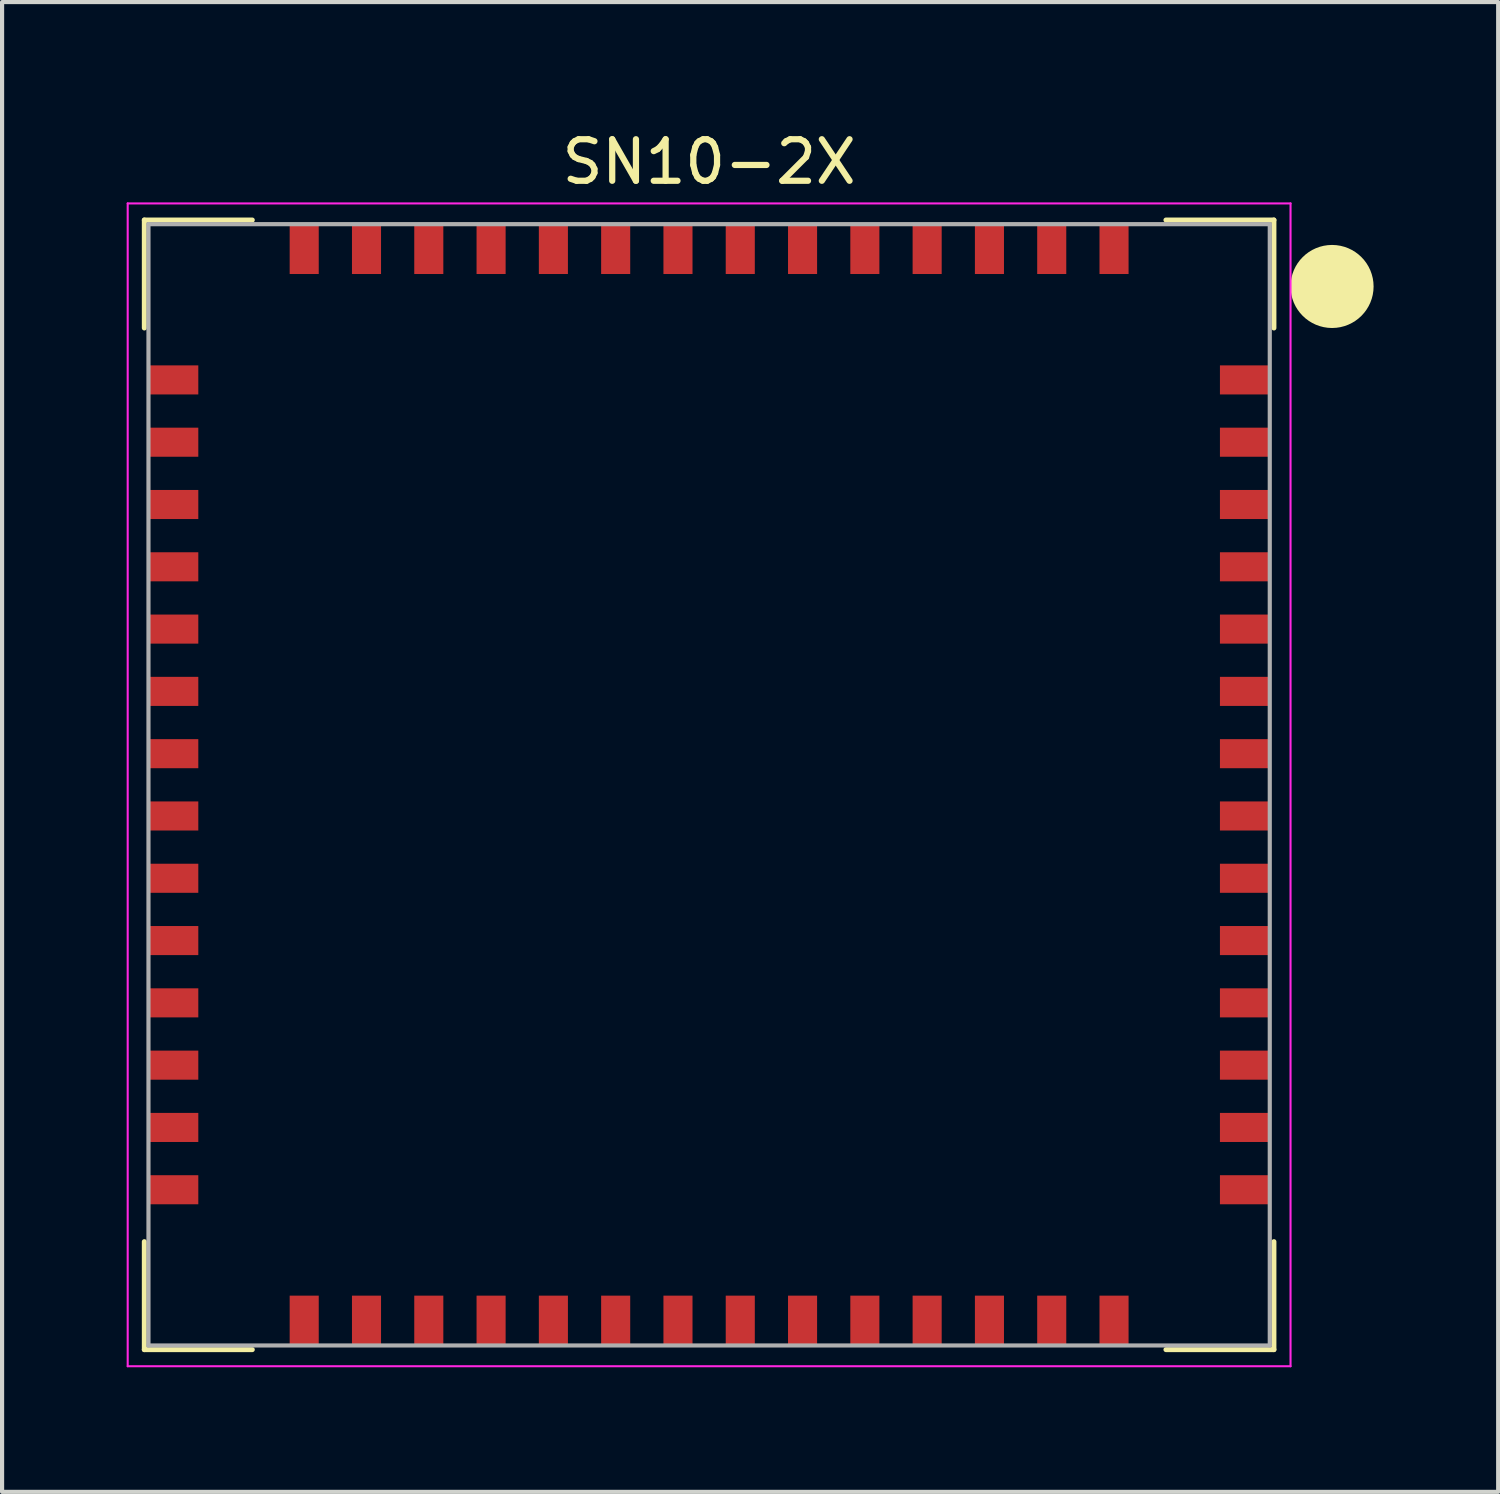
<source format=kicad_pcb>
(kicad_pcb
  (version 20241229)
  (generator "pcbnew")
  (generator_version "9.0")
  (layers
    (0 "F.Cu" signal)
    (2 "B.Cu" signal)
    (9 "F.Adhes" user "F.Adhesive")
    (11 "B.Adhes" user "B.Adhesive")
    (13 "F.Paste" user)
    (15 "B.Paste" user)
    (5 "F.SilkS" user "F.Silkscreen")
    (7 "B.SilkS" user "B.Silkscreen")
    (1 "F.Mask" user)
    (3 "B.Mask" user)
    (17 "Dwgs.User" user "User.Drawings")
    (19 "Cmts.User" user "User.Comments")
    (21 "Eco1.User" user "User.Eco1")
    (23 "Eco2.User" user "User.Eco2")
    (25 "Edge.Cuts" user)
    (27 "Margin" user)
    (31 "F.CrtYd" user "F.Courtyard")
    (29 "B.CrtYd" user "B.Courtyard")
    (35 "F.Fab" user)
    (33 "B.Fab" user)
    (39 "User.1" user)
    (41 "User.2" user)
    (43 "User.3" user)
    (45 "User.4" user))
  (footprint "SN10-2X"
    (layer "F.Cu")
    (at 14.025 15.848)
    (property "Reference" "SN10-2X" (at 0 -15 0) (layer "F.SilkS") (effects (font (size 1 1) (thickness 0.15))))
    (attr smd)
    (fp_line (start -13.6 -13.6) (end -13.6 -11) (stroke (width 0.12) (type solid)) (layer "F.SilkS"))
    (fp_line (start -13.6 -13.6) (end -11 -13.6) (stroke (width 0.12) (type solid)) (layer "F.SilkS"))
    (fp_line (start -13.6 11) (end -13.6 13.6) (stroke (width 0.12) (type solid)) (layer "F.SilkS"))
    (fp_line (start -13.6 13.6) (end -11 13.6) (stroke (width 0.12) (type solid)) (layer "F.SilkS"))
    (fp_line (start 11 -13.6) (end 13.6 -13.6) (stroke (width 0.12) (type solid)) (layer "F.SilkS"))
    (fp_line (start 11 13.6) (end 13.6 13.6) (stroke (width 0.12) (type solid)) (layer "F.SilkS"))
    (fp_line (start 13.6 -13.6) (end 13.6 -11) (stroke (width 0.12) (type solid)) (layer "F.SilkS"))
    (fp_line (start 13.6 11) (end 13.6 13.6) (stroke (width 0.12) (type solid)) (layer "F.SilkS"))
    (fp_circle (center 15 -12) (end 15.5 -12) (stroke (width 1) (type solid)) (fill no) (layer "F.SilkS"))
    (fp_line (start -14 -14) (end -14 14) (stroke (width 0.05) (type solid)) (layer "F.CrtYd"))
    (fp_line (start -14 -14) (end 14 -14) (stroke (width 0.05) (type solid)) (layer "F.CrtYd"))
    (fp_line (start -14 14) (end 14 14) (stroke (width 0.05) (type solid)) (layer "F.CrtYd"))
    (fp_line (start 14 -14) (end 14 14) (stroke (width 0.05) (type solid)) (layer "F.CrtYd"))
    (fp_line (start -13.5 -13.5) (end -13.5 13.5) (stroke (width 0.1) (type solid)) (layer "F.Fab"))
    (fp_line (start -13.5 -13.5) (end 13.5 -13.5) (stroke (width 0.1) (type solid)) (layer "F.Fab"))
    (fp_line (start -13.5 13.5) (end 13.5 13.5) (stroke (width 0.1) (type solid)) (layer "F.Fab"))
    (fp_line (start 13.5 -13.5) (end 13.5 13.5) (stroke (width 0.1) (type solid)) (layer "F.Fab"))
    (pad "1" smd rect (at 12.9 -9.75) (size 1.2 0.7) (layers "F.Cu" "F.Mask" "F.Paste"))
    (pad "2" smd rect (at 12.9 -8.25) (size 1.2 0.7) (layers "F.Cu" "F.Mask" "F.Paste"))
    (pad "3" smd rect (at 12.9 -6.75) (size 1.2 0.7) (layers "F.Cu" "F.Mask" "F.Paste"))
    (pad "4" smd rect (at 12.9 -5.25) (size 1.2 0.7) (layers "F.Cu" "F.Mask" "F.Paste"))
    (pad "5" smd rect (at 12.9 -3.75) (size 1.2 0.7) (layers "F.Cu" "F.Mask" "F.Paste"))
    (pad "6" smd rect (at 12.9 -2.25) (size 1.2 0.7) (layers "F.Cu" "F.Mask" "F.Paste"))
    (pad "7" smd rect (at 12.9 -0.75) (size 1.2 0.7) (layers "F.Cu" "F.Mask" "F.Paste"))
    (pad "8" smd rect (at 12.9 0.75) (size 1.2 0.7) (layers "F.Cu" "F.Mask" "F.Paste"))
    (pad "9" smd rect (at 12.9 2.25) (size 1.2 0.7) (layers "F.Cu" "F.Mask" "F.Paste"))
    (pad "10" smd rect (at 12.9 3.75) (size 1.2 0.7) (layers "F.Cu" "F.Mask" "F.Paste"))
    (pad "11" smd rect (at 12.9 5.25) (size 1.2 0.7) (layers "F.Cu" "F.Mask" "F.Paste"))
    (pad "12" smd rect (at 12.9 6.75) (size 1.2 0.7) (layers "F.Cu" "F.Mask" "F.Paste"))
    (pad "13" smd rect (at 12.9 8.25) (size 1.2 0.7) (layers "F.Cu" "F.Mask" "F.Paste"))
    (pad "14" smd rect (at 12.9 9.75) (size 1.2 0.7) (layers "F.Cu" "F.Mask" "F.Paste"))
    (pad "15" smd rect (at 9.75 12.9) (size 0.7 1.2) (layers "F.Cu" "F.Mask" "F.Paste"))
    (pad "16" smd rect (at 8.25 12.9) (size 0.7 1.2) (layers "F.Cu" "F.Mask" "F.Paste"))
    (pad "17" smd rect (at 6.75 12.9) (size 0.7 1.2) (layers "F.Cu" "F.Mask" "F.Paste"))
    (pad "18" smd rect (at 5.25 12.9) (size 0.7 1.2) (layers "F.Cu" "F.Mask" "F.Paste"))
    (pad "19" smd rect (at 3.75 12.9) (size 0.7 1.2) (layers "F.Cu" "F.Mask" "F.Paste"))
    (pad "20" smd rect (at 2.25 12.9) (size 0.7 1.2) (layers "F.Cu" "F.Mask" "F.Paste"))
    (pad "21" smd rect (at 0.75 12.9) (size 0.7 1.2) (layers "F.Cu" "F.Mask" "F.Paste"))
    (pad "22" smd rect (at -0.75 12.9) (size 0.7 1.2) (layers "F.Cu" "F.Mask" "F.Paste"))
    (pad "23" smd rect (at -2.25 12.9) (size 0.7 1.2) (layers "F.Cu" "F.Mask" "F.Paste"))
    (pad "24" smd rect (at -3.75 12.9) (size 0.7 1.2) (layers "F.Cu" "F.Mask" "F.Paste"))
    (pad "25" smd rect (at -5.25 12.9) (size 0.7 1.2) (layers "F.Cu" "F.Mask" "F.Paste"))
    (pad "26" smd rect (at -6.75 12.9) (size 0.7 1.2) (layers "F.Cu" "F.Mask" "F.Paste"))
    (pad "27" smd rect (at -8.25 12.9) (size 0.7 1.2) (layers "F.Cu" "F.Mask" "F.Paste"))
    (pad "28" smd rect (at -9.75 12.9) (size 0.7 1.2) (layers "F.Cu" "F.Mask" "F.Paste"))
    (pad "29" smd rect (at -12.9 9.75) (size 1.2 0.7) (layers "F.Cu" "F.Mask" "F.Paste"))
    (pad "30" smd rect (at -12.9 8.25) (size 1.2 0.7) (layers "F.Cu" "F.Mask" "F.Paste"))
    (pad "31" smd rect (at -12.9 6.75) (size 1.2 0.7) (layers "F.Cu" "F.Mask" "F.Paste"))
    (pad "32" smd rect (at -12.9 5.25) (size 1.2 0.7) (layers "F.Cu" "F.Mask" "F.Paste"))
    (pad "33" smd rect (at -12.9 3.75) (size 1.2 0.7) (layers "F.Cu" "F.Mask" "F.Paste"))
    (pad "34" smd rect (at -12.9 2.25) (size 1.2 0.7) (layers "F.Cu" "F.Mask" "F.Paste"))
    (pad "35" smd rect (at -12.9 0.75) (size 1.2 0.7) (layers "F.Cu" "F.Mask" "F.Paste"))
    (pad "36" smd rect (at -12.9 -0.75) (size 1.2 0.7) (layers "F.Cu" "F.Mask" "F.Paste"))
    (pad "37" smd rect (at -12.9 -2.25) (size 1.2 0.7) (layers "F.Cu" "F.Mask" "F.Paste"))
    (pad "38" smd rect (at -12.9 -3.75) (size 1.2 0.7) (layers "F.Cu" "F.Mask" "F.Paste"))
    (pad "39" smd rect (at -12.9 -5.25) (size 1.2 0.7) (layers "F.Cu" "F.Mask" "F.Paste"))
    (pad "40" smd rect (at -12.9 -6.75) (size 1.2 0.7) (layers "F.Cu" "F.Mask" "F.Paste"))
    (pad "41" smd rect (at -12.9 -8.25) (size 1.2 0.7) (layers "F.Cu" "F.Mask" "F.Paste"))
    (pad "42" smd rect (at -12.9 -9.75) (size 1.2 0.7) (layers "F.Cu" "F.Mask" "F.Paste"))
    (pad "43" smd rect (at -9.75 -12.9) (size 0.7 1.2) (layers "F.Cu" "F.Mask" "F.Paste"))
    (pad "44" smd rect (at -8.25 -12.9) (size 0.7 1.2) (layers "F.Cu" "F.Mask" "F.Paste"))
    (pad "45" smd rect (at -6.75 -12.9) (size 0.7 1.2) (layers "F.Cu" "F.Mask" "F.Paste"))
    (pad "46" smd rect (at -5.25 -12.9) (size 0.7 1.2) (layers "F.Cu" "F.Mask" "F.Paste"))
    (pad "47" smd rect (at -3.75 -12.9) (size 0.7 1.2) (layers "F.Cu" "F.Mask" "F.Paste"))
    (pad "48" smd rect (at -2.25 -12.9) (size 0.7 1.2) (layers "F.Cu" "F.Mask" "F.Paste"))
    (pad "49" smd rect (at -0.75 -12.9) (size 0.7 1.2) (layers "F.Cu" "F.Mask" "F.Paste"))
    (pad "50" smd rect (at 0.75 -12.9) (size 0.7 1.2) (layers "F.Cu" "F.Mask" "F.Paste"))
    (pad "51" smd rect (at 2.25 -12.9) (size 0.7 1.2) (layers "F.Cu" "F.Mask" "F.Paste"))
    (pad "52" smd rect (at 3.75 -12.9) (size 0.7 1.2) (layers "F.Cu" "F.Mask" "F.Paste"))
    (pad "53" smd rect (at 5.25 -12.9) (size 0.7 1.2) (layers "F.Cu" "F.Mask" "F.Paste"))
    (pad "54" smd rect (at 6.75 -12.9) (size 0.7 1.2) (layers "F.Cu" "F.Mask" "F.Paste"))
    (pad "55" smd rect (at 8.25 -12.9) (size 0.7 1.2) (layers "F.Cu" "F.Mask" "F.Paste"))
    (pad "56" smd rect (at 9.75 -12.9) (size 0.7 1.2) (layers "F.Cu" "F.Mask" "F.Paste")))
  (gr_rect
    (start -3 -3)
    (end 33.025 32.873)
    (stroke (width 0.1) (type default))
    (fill no)
    (layer "Edge.Cuts")))
</source>
